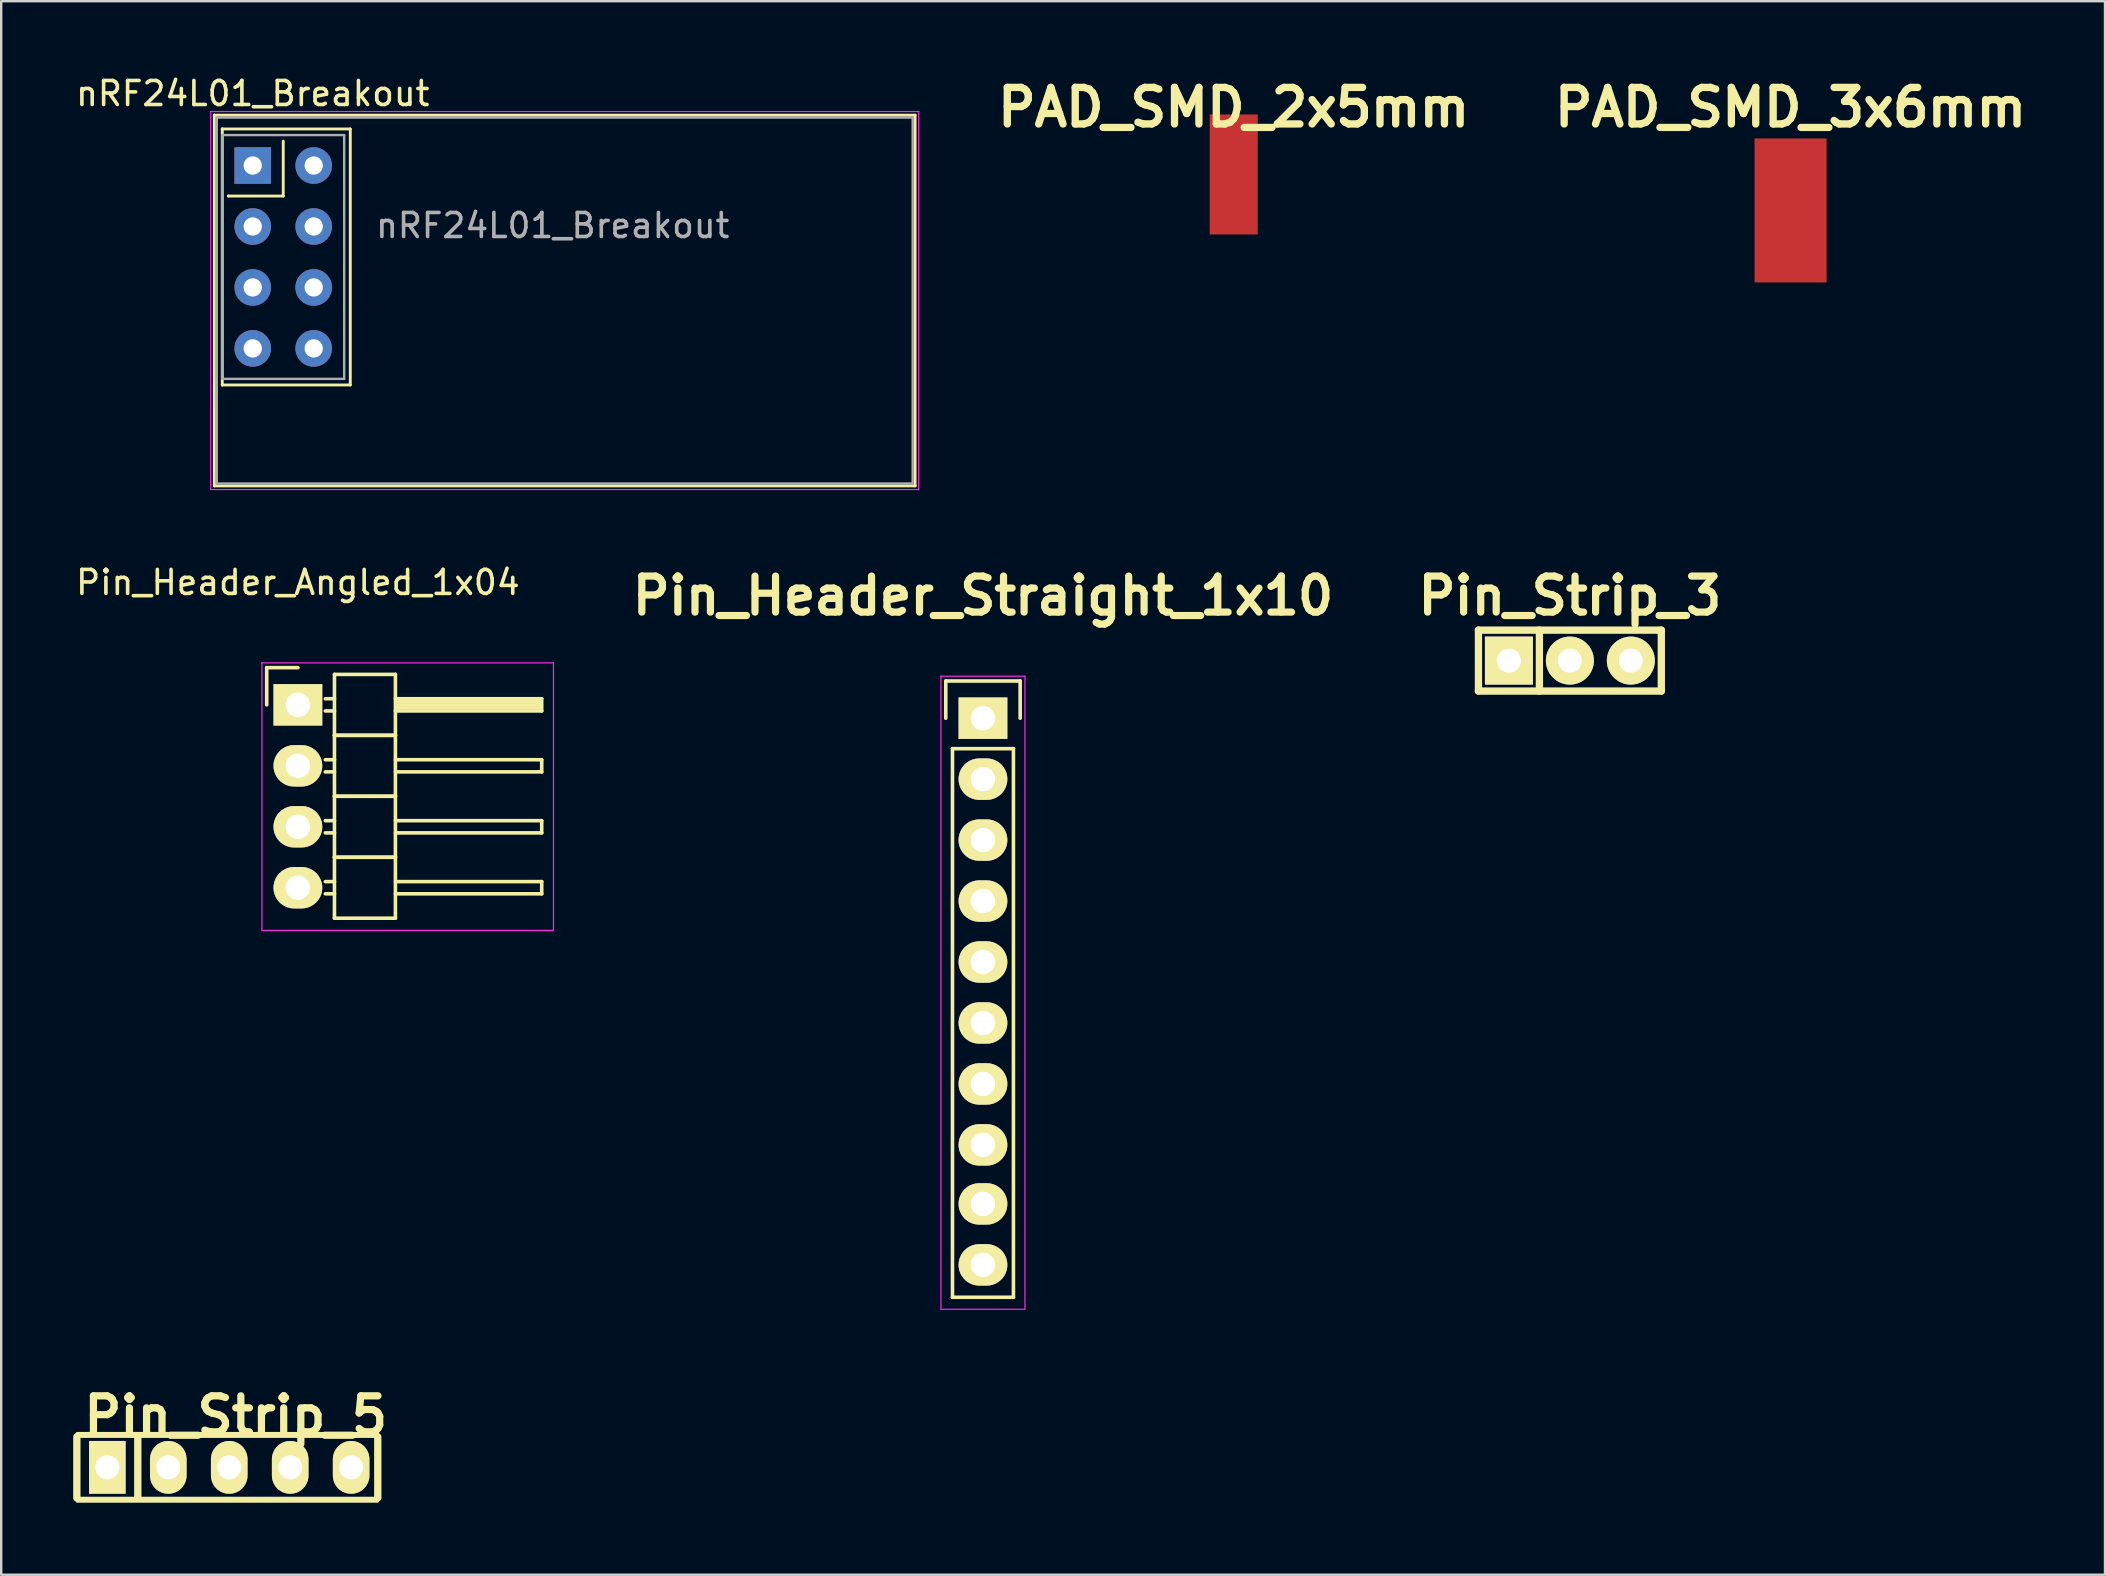
<source format=kicad_pcb>
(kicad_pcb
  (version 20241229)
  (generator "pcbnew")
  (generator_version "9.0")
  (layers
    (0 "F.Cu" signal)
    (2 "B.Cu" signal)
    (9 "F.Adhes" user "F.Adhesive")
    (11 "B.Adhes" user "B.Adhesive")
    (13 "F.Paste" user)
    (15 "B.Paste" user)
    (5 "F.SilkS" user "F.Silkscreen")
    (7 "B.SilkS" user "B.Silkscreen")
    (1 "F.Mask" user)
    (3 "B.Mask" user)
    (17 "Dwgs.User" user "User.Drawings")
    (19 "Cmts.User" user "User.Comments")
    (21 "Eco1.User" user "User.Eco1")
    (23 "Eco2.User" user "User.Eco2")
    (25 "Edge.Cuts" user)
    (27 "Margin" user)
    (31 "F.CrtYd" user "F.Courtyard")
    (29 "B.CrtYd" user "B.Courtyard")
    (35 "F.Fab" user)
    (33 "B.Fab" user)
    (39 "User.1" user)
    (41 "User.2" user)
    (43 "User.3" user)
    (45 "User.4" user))
  (footprint "Pin_Strip_3"
    (layer "F.Cu")
    (at 62.367 24.477)
    (property "Reference" "Pin_Strip_3" (at 0 -2.7 0) (layer "F.SilkS") (effects (font (size 1.5 1.5) (thickness 0.3))))
    (attr through_hole)
    (fp_line (start -3.81 -1.27) (end -3.81 1.27) (stroke (width 0.305) (type solid)) (layer "F.SilkS"))
    (fp_line (start -3.81 -1.27) (end 3.81 -1.27) (stroke (width 0.305) (type solid)) (layer "F.SilkS"))
    (fp_line (start -1.27 -1.27) (end -1.27 1.27) (stroke (width 0.305) (type solid)) (layer "F.SilkS"))
    (fp_line (start 3.81 -1.27) (end 3.81 1.27) (stroke (width 0.305) (type solid)) (layer "F.SilkS"))
    (fp_line (start 3.81 1.27) (end -3.81 1.27) (stroke (width 0.305) (type solid)) (layer "F.SilkS"))
    (pad "1" thru_hole rect (at -2.54 0) (size 2 2) (drill 1) (layers "*.Cu" "*.Mask" "F.SilkS"))
    (pad "2" thru_hole oval (at 0 0) (size 2 2) (drill 1) (layers "*.Cu" "*.Mask" "F.SilkS"))
    (pad "3" thru_hole oval (at 2.54 0) (size 2 2) (drill 1) (layers "*.Cu" "*.Mask" "F.SilkS")))
  (footprint "PAD_SMD_3x6mm"
    (layer "F.Cu")
    (at 71.563 4.22)
    (property "Reference" "PAD_SMD_3x6mm" (at 0 -2.794 0) (layer "F.SilkS") (effects (font (size 1.524 1.524) (thickness 0.305))))
    (attr through_hole)
    (pad "1" smd rect (at 0 0) (size 3 6) (drill (offset 0 1.5)) (layers "F.Cu" "F.Mask" "F.Paste")))
  (footprint "Pin_Header_Angled_1x04"
    (layer "F.Cu")
    (at 9.363 30.131)
    (property "Reference" "Pin_Header_Angled_1x04" (at 0 -8.91 0) (layer "F.SilkS") (effects (font (size 1 1) (thickness 0.15))))
    (attr through_hole)
    (fp_line (start -1.3 -5.36) (end -1.3 -3.81) (stroke (width 0.15) (type solid)) (layer "F.SilkS"))
    (fp_line (start 0 -5.36) (end -1.3 -5.36) (stroke (width 0.15) (type solid)) (layer "F.SilkS"))
    (fp_line (start 1.524 -5.08) (end 1.524 -2.54) (stroke (width 0.15) (type solid)) (layer "F.SilkS"))
    (fp_line (start 1.524 -5.08) (end 4.064 -5.08) (stroke (width 0.15) (type solid)) (layer "F.SilkS"))
    (fp_line (start 1.524 -4.064) (end 1.143 -4.064) (stroke (width 0.15) (type solid)) (layer "F.SilkS"))
    (fp_line (start 1.524 -3.556) (end 1.143 -3.556) (stroke (width 0.15) (type solid)) (layer "F.SilkS"))
    (fp_line (start 1.524 -2.54) (end 1.524 0) (stroke (width 0.15) (type solid)) (layer "F.SilkS"))
    (fp_line (start 1.524 -2.54) (end 4.064 -2.54) (stroke (width 0.15) (type solid)) (layer "F.SilkS"))
    (fp_line (start 1.524 -2.54) (end 4.064 -2.54) (stroke (width 0.15) (type solid)) (layer "F.SilkS"))
    (fp_line (start 1.524 -1.524) (end 1.143 -1.524) (stroke (width 0.15) (type solid)) (layer "F.SilkS"))
    (fp_line (start 1.524 -1.016) (end 1.143 -1.016) (stroke (width 0.15) (type solid)) (layer "F.SilkS"))
    (fp_line (start 1.524 0) (end 1.524 2.54) (stroke (width 0.15) (type solid)) (layer "F.SilkS"))
    (fp_line (start 1.524 0) (end 4.064 0) (stroke (width 0.15) (type solid)) (layer "F.SilkS"))
    (fp_line (start 1.524 0) (end 4.064 0) (stroke (width 0.15) (type solid)) (layer "F.SilkS"))
    (fp_line (start 1.524 1.016) (end 1.143 1.016) (stroke (width 0.15) (type solid)) (layer "F.SilkS"))
    (fp_line (start 1.524 1.524) (end 1.143 1.524) (stroke (width 0.15) (type solid)) (layer "F.SilkS"))
    (fp_line (start 1.524 2.54) (end 1.524 5.08) (stroke (width 0.15) (type solid)) (layer "F.SilkS"))
    (fp_line (start 1.524 2.54) (end 4.064 2.54) (stroke (width 0.15) (type solid)) (layer "F.SilkS"))
    (fp_line (start 1.524 2.54) (end 4.064 2.54) (stroke (width 0.15) (type solid)) (layer "F.SilkS"))
    (fp_line (start 1.524 3.556) (end 1.143 3.556) (stroke (width 0.15) (type solid)) (layer "F.SilkS"))
    (fp_line (start 1.524 4.064) (end 1.143 4.064) (stroke (width 0.15) (type solid)) (layer "F.SilkS"))
    (fp_line (start 1.524 5.08) (end 4.064 5.08) (stroke (width 0.15) (type solid)) (layer "F.SilkS"))
    (fp_line (start 4.064 -4.064) (end 10.16 -4.064) (stroke (width 0.15) (type solid)) (layer "F.SilkS"))
    (fp_line (start 4.064 -2.54) (end 4.064 -5.08) (stroke (width 0.15) (type solid)) (layer "F.SilkS"))
    (fp_line (start 4.064 -1.524) (end 10.16 -1.524) (stroke (width 0.15) (type solid)) (layer "F.SilkS"))
    (fp_line (start 4.064 0) (end 4.064 -2.54) (stroke (width 0.15) (type solid)) (layer "F.SilkS"))
    (fp_line (start 4.064 1.016) (end 10.16 1.016) (stroke (width 0.15) (type solid)) (layer "F.SilkS"))
    (fp_line (start 4.064 2.54) (end 4.064 0) (stroke (width 0.15) (type solid)) (layer "F.SilkS"))
    (fp_line (start 4.064 3.556) (end 10.16 3.556) (stroke (width 0.15) (type solid)) (layer "F.SilkS"))
    (fp_line (start 4.064 5.08) (end 4.064 2.54) (stroke (width 0.15) (type solid)) (layer "F.SilkS"))
    (fp_line (start 4.191 -3.937) (end 10.033 -3.937) (stroke (width 0.15) (type solid)) (layer "F.SilkS"))
    (fp_line (start 4.191 -3.81) (end 10.033 -3.81) (stroke (width 0.15) (type solid)) (layer "F.SilkS"))
    (fp_line (start 4.191 -3.683) (end 4.191 -3.81) (stroke (width 0.15) (type solid)) (layer "F.SilkS"))
    (fp_line (start 10.033 -3.937) (end 10.033 -3.683) (stroke (width 0.15) (type solid)) (layer "F.SilkS"))
    (fp_line (start 10.033 -3.683) (end 4.191 -3.683) (stroke (width 0.15) (type solid)) (layer "F.SilkS"))
    (fp_line (start 10.16 -4.064) (end 10.16 -3.556) (stroke (width 0.15) (type solid)) (layer "F.SilkS"))
    (fp_line (start 10.16 -3.556) (end 4.064 -3.556) (stroke (width 0.15) (type solid)) (layer "F.SilkS"))
    (fp_line (start 10.16 -1.524) (end 10.16 -1.016) (stroke (width 0.15) (type solid)) (layer "F.SilkS"))
    (fp_line (start 10.16 -1.016) (end 4.064 -1.016) (stroke (width 0.15) (type solid)) (layer "F.SilkS"))
    (fp_line (start 10.16 1.016) (end 10.16 1.524) (stroke (width 0.15) (type solid)) (layer "F.SilkS"))
    (fp_line (start 10.16 1.524) (end 4.064 1.524) (stroke (width 0.15) (type solid)) (layer "F.SilkS"))
    (fp_line (start 10.16 3.556) (end 10.16 4.064) (stroke (width 0.15) (type solid)) (layer "F.SilkS"))
    (fp_line (start 10.16 4.064) (end 4.064 4.064) (stroke (width 0.15) (type solid)) (layer "F.SilkS"))
    (fp_line (start -1.5 -5.56) (end -1.5 5.59) (stroke (width 0.05) (type solid)) (layer "F.CrtYd"))
    (fp_line (start -1.5 -5.56) (end 10.65 -5.56) (stroke (width 0.05) (type solid)) (layer "F.CrtYd"))
    (fp_line (start -1.5 5.59) (end 10.65 5.59) (stroke (width 0.05) (type solid)) (layer "F.CrtYd"))
    (fp_line (start 10.65 -5.56) (end 10.65 5.59) (stroke (width 0.05) (type solid)) (layer "F.CrtYd"))
    (pad "1" thru_hole rect (at 0 -3.81) (size 2.032 1.727) (drill 1.016) (layers "*.Cu" "*.Mask" "F.SilkS"))
    (pad "2" thru_hole oval (at 0 -1.27) (size 2.032 1.727) (drill 1.016) (layers "*.Cu" "*.Mask" "F.SilkS"))
    (pad "3" thru_hole oval (at 0 1.27) (size 2.032 1.727) (drill 1.016) (layers "*.Cu" "*.Mask" "F.SilkS"))
    (pad "4" thru_hole oval (at 0 3.81) (size 2.032 1.727) (drill 1.016) (layers "*.Cu" "*.Mask" "F.SilkS")))
  (footprint "Pin_Header_Straight_1x10"
    (layer "F.Cu")
    (at 37.91 38.307)
    (property "Reference" "Pin_Header_Straight_1x10" (at 0 -16.53 0) (layer "F.SilkS") (effects (font (size 1.5 1.5) (thickness 0.3))))
    (attr through_hole)
    (fp_line (start -1.55 -12.98) (end 1.55 -12.98) (stroke (width 0.15) (type solid)) (layer "F.SilkS"))
    (fp_line (start -1.55 -11.43) (end -1.55 -12.98) (stroke (width 0.15) (type solid)) (layer "F.SilkS"))
    (fp_line (start -1.27 12.7) (end -1.27 -10.16) (stroke (width 0.15) (type solid)) (layer "F.SilkS"))
    (fp_line (start 1.27 -10.16) (end -1.27 -10.16) (stroke (width 0.15) (type solid)) (layer "F.SilkS"))
    (fp_line (start 1.27 -10.16) (end 1.27 12.7) (stroke (width 0.15) (type solid)) (layer "F.SilkS"))
    (fp_line (start 1.27 12.7) (end -1.27 12.7) (stroke (width 0.15) (type solid)) (layer "F.SilkS"))
    (fp_line (start 1.55 -12.98) (end 1.55 -11.43) (stroke (width 0.15) (type solid)) (layer "F.SilkS"))
    (fp_line (start -1.75 -13.18) (end -1.75 13.2) (stroke (width 0.05) (type solid)) (layer "F.CrtYd"))
    (fp_line (start -1.75 -13.18) (end 1.75 -13.18) (stroke (width 0.05) (type solid)) (layer "F.CrtYd"))
    (fp_line (start -1.75 13.2) (end 1.75 13.2) (stroke (width 0.05) (type solid)) (layer "F.CrtYd"))
    (fp_line (start 1.75 -13.18) (end 1.75 13.2) (stroke (width 0.05) (type solid)) (layer "F.CrtYd"))
    (pad "1" thru_hole rect (at 0 -11.43) (size 2.032 1.727) (drill 1.016) (layers "*.Cu" "*.Mask" "F.SilkS"))
    (pad "2" thru_hole oval (at 0 -8.89) (size 2.032 1.727) (drill 1.016) (layers "*.Cu" "*.Mask" "F.SilkS"))
    (pad "3" thru_hole oval (at 0 -6.35) (size 2.032 1.727) (drill 1.016) (layers "*.Cu" "*.Mask" "F.SilkS"))
    (pad "4" thru_hole oval (at 0 -3.81) (size 2.032 1.727) (drill 1.016) (layers "*.Cu" "*.Mask" "F.SilkS"))
    (pad "5" thru_hole oval (at 0 -1.27) (size 2.032 1.727) (drill 1.016) (layers "*.Cu" "*.Mask" "F.SilkS"))
    (pad "6" thru_hole oval (at 0 1.27) (size 2.032 1.727) (drill 1.016) (layers "*.Cu" "*.Mask" "F.SilkS"))
    (pad "7" thru_hole oval (at 0 3.81) (size 2.032 1.727) (drill 1.016) (layers "*.Cu" "*.Mask" "F.SilkS"))
    (pad "8" thru_hole oval (at 0 6.35) (size 2.032 1.727) (drill 1.016) (layers "*.Cu" "*.Mask" "F.SilkS"))
    (pad "9" thru_hole oval (at 0 8.81) (size 2.032 1.727) (drill 1.016) (layers "*.Cu" "*.Mask" "F.SilkS"))
    (pad "10" thru_hole oval (at 0 11.35) (size 2.032 1.727) (drill 1.016) (layers "*.Cu" "*.Mask" "F.SilkS")))
  (footprint "PAD_SMD_2x5mm"
    (layer "F.Cu")
    (at 48.359 4.22)
    (property "Reference" "PAD_SMD_2x5mm" (at 0 -2.794 0) (layer "F.SilkS") (effects (font (size 1.524 1.524) (thickness 0.305))))
    (attr through_hole)
    (pad "1" smd rect (at 0 0) (size 2 5) (layers "F.Cu" "F.Mask" "F.Paste")))
  (footprint "nRF24L01_Breakout"
    (layer "F.Cu")
    (at 7.482 3.848)
    (property "Reference" "nRF24L01_Breakout" (at 0 -3 0) (layer "F.SilkS") (effects (font (size 1 1) (thickness 0.15))))
    (attr through_hole)
    (fp_line (start -1.6 -2.1) (end -1.6 -2.1) (stroke (width 0.12) (type solid)) (layer "F.SilkS"))
    (fp_line (start -1.6 -2.1) (end 27.6 -2.1) (stroke (width 0.12) (type solid)) (layer "F.SilkS"))
    (fp_line (start -1.6 13.35) (end -1.6 -2.1) (stroke (width 0.12) (type solid)) (layer "F.SilkS"))
    (fp_line (start -1.27 -1.524) (end -1.27 -1.524) (stroke (width 0.12) (type solid)) (layer "F.SilkS"))
    (fp_line (start -1.27 -1.524) (end 4.064 -1.524) (stroke (width 0.12) (type solid)) (layer "F.SilkS"))
    (fp_line (start -1.27 9.144) (end -1.27 -1.524) (stroke (width 0.12) (type solid)) (layer "F.SilkS"))
    (fp_line (start -1.27 9.144) (end -1.27 9.144) (stroke (width 0.12) (type solid)) (layer "F.SilkS"))
    (fp_line (start -1.016 1.27) (end -1.016 1.27) (stroke (width 0.12) (type solid)) (layer "F.SilkS"))
    (fp_line (start 1.27 -1.016) (end 1.27 1.27) (stroke (width 0.12) (type solid)) (layer "F.SilkS"))
    (fp_line (start 1.27 1.27) (end -1.016 1.27) (stroke (width 0.12) (type solid)) (layer "F.SilkS"))
    (fp_line (start 4.064 -1.524) (end 4.064 9.144) (stroke (width 0.12) (type solid)) (layer "F.SilkS"))
    (fp_line (start 4.064 9.144) (end -1.27 9.144) (stroke (width 0.12) (type solid)) (layer "F.SilkS"))
    (fp_line (start 27.6 -2.1) (end 27.6 13.35) (stroke (width 0.12) (type solid)) (layer "F.SilkS"))
    (fp_line (start 27.6 13.35) (end -1.6 13.35) (stroke (width 0.12) (type solid)) (layer "F.SilkS"))
    (fp_line (start -1.75 -2.25) (end -1.75 13.5) (stroke (width 0.05) (type solid)) (layer "F.CrtYd"))
    (fp_line (start -1.75 13.5) (end 27.75 13.5) (stroke (width 0.05) (type solid)) (layer "F.CrtYd"))
    (fp_line (start 27.75 -2.25) (end -1.75 -2.25) (stroke (width 0.05) (type solid)) (layer "F.CrtYd"))
    (fp_line (start 27.75 -2.25) (end 27.75 -2.25) (stroke (width 0.05) (type solid)) (layer "F.CrtYd"))
    (fp_line (start 27.75 13.5) (end 27.75 -2.25) (stroke (width 0.05) (type solid)) (layer "F.CrtYd"))
    (fp_line (start -1.5 -2) (end -1.5 -2) (stroke (width 0.1) (type solid)) (layer "F.Fab"))
    (fp_line (start -1.5 -2) (end 27.5 -2) (stroke (width 0.1) (type solid)) (layer "F.Fab"))
    (fp_line (start -1.5 13.25) (end -1.5 -2) (stroke (width 0.1) (type solid)) (layer "F.Fab"))
    (fp_line (start -1.27 -1.27) (end -1.27 -1.27) (stroke (width 0.1) (type solid)) (layer "F.Fab"))
    (fp_line (start -1.27 -1.27) (end 3.81 -1.27) (stroke (width 0.1) (type solid)) (layer "F.Fab"))
    (fp_line (start -1.27 8.89) (end -1.27 -1.27) (stroke (width 0.1) (type solid)) (layer "F.Fab"))
    (fp_line (start 3.81 -1.27) (end 3.81 8.89) (stroke (width 0.1) (type solid)) (layer "F.Fab"))
    (fp_line (start 3.81 8.89) (end -1.27 8.89) (stroke (width 0.1) (type solid)) (layer "F.Fab"))
    (fp_line (start 27.5 -2) (end 27.5 13.25) (stroke (width 0.1) (type solid)) (layer "F.Fab"))
    (fp_line (start 27.5 13.25) (end -1.5 13.25) (stroke (width 0.1) (type solid)) (layer "F.Fab"))
    (fp_text user "${REFERENCE}" (at 12.5 2.5 0) (layer "F.Fab") (effects (font (size 1 1) (thickness 0.15))))
    (pad "1" thru_hole rect (at 0 0) (size 1.524 1.524) (drill 0.762) (layers "*.Cu" "*.Mask"))
    (pad "2" thru_hole circle (at 2.54 0) (size 1.524 1.524) (drill 0.762) (layers "*.Cu" "*.Mask"))
    (pad "3" thru_hole circle (at 0 2.54) (size 1.524 1.524) (drill 0.762) (layers "*.Cu" "*.Mask"))
    (pad "4" thru_hole circle (at 2.54 2.54) (size 1.524 1.524) (drill 0.762) (layers "*.Cu" "*.Mask"))
    (pad "5" thru_hole circle (at 0 5.08) (size 1.524 1.524) (drill 0.762) (layers "*.Cu" "*.Mask"))
    (pad "6" thru_hole circle (at 2.54 5.08) (size 1.524 1.524) (drill 0.762) (layers "*.Cu" "*.Mask"))
    (pad "7" thru_hole circle (at 0 7.62) (size 1.524 1.524) (drill 0.762) (layers "*.Cu" "*.Mask"))
    (pad "8" thru_hole circle (at 2.54 7.62) (size 1.524 1.524) (drill 0.762) (layers "*.Cu" "*.Mask")))
  (footprint "Pin_Strip_5"
    (layer "F.Cu")
    (at 6.502 58.095)
    (property "Reference" "Pin_Strip_5" (at 0.27 -2.159 0) (layer "F.SilkS") (effects (font (size 1.5 1.5) (thickness 0.3))))
    (attr through_hole)
    (fp_line (start -6.35 1.27) (end -6.35 -1.27) (stroke (width 0.305) (type solid)) (layer "F.SilkS"))
    (fp_line (start -6.33 -1.4) (end 6.17 -1.4) (stroke (width 0.15) (type solid)) (layer "F.SilkS"))
    (fp_line (start -3.81 -1.27) (end -3.81 1.27) (stroke (width 0.305) (type solid)) (layer "F.SilkS"))
    (fp_line (start 6.17 -1.3) (end -6.23 -1.3) (stroke (width 0.15) (type solid)) (layer "F.SilkS"))
    (fp_line (start 6.17 1.3) (end -6.33 1.3) (stroke (width 0.15) (type solid)) (layer "F.SilkS"))
    (fp_line (start 6.17 1.4) (end -6.33 1.4) (stroke (width 0.15) (type solid)) (layer "F.SilkS"))
    (fp_line (start 6.19 -1.27) (end 6.19 1.27) (stroke (width 0.305) (type solid)) (layer "F.SilkS"))
    (pad "1" thru_hole rect (at -5.08 0) (size 1.524 2.2) (drill 1.001) (layers "*.Cu" "*.Mask" "F.SilkS"))
    (pad "2" thru_hole oval (at -2.54 0) (size 1.524 2.2) (drill 1.001) (layers "*.Cu" "*.Mask" "F.SilkS"))
    (pad "3" thru_hole oval (at 0 0) (size 1.524 2.2) (drill 1.001) (layers "*.Cu" "*.Mask" "F.SilkS"))
    (pad "4" thru_hole oval (at 2.54 0) (size 1.524 2.2) (drill 1.001) (layers "*.Cu" "*.Mask" "F.SilkS"))
    (pad "5" thru_hole oval (at 5.08 0) (size 1.524 2.2) (drill 1.001) (layers "*.Cu" "*.Mask" "F.SilkS")))
  (gr_rect
    (start -3 -3)
    (end 84.665 62.57)
    (stroke (width 0.1) (type default))
    (fill no)
    (layer "Edge.Cuts")))
</source>
